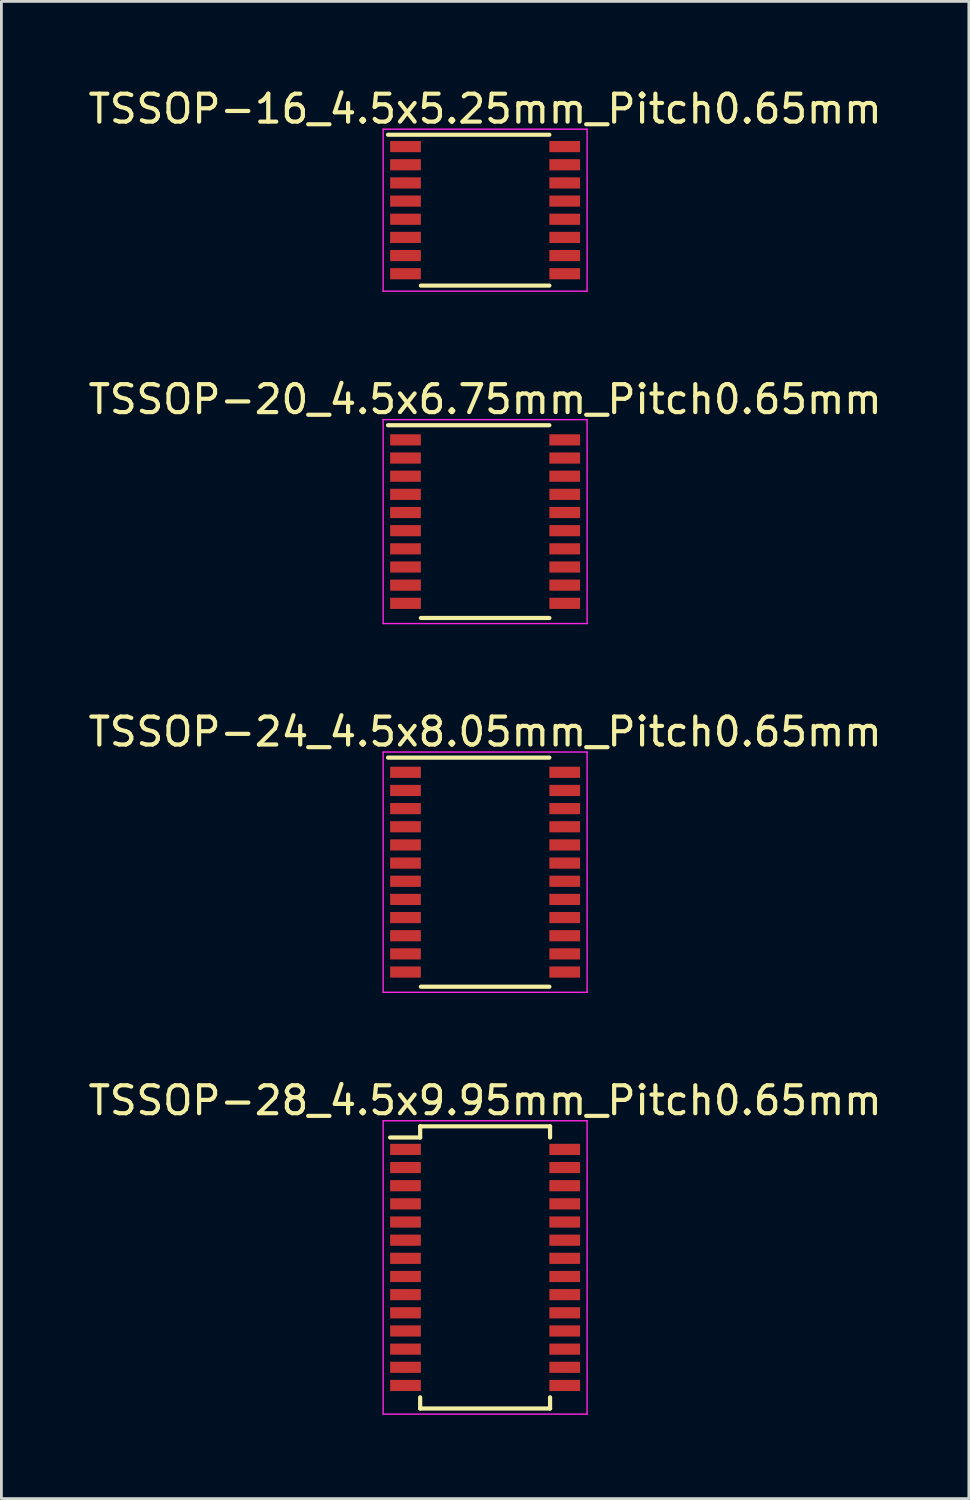
<source format=kicad_pcb>
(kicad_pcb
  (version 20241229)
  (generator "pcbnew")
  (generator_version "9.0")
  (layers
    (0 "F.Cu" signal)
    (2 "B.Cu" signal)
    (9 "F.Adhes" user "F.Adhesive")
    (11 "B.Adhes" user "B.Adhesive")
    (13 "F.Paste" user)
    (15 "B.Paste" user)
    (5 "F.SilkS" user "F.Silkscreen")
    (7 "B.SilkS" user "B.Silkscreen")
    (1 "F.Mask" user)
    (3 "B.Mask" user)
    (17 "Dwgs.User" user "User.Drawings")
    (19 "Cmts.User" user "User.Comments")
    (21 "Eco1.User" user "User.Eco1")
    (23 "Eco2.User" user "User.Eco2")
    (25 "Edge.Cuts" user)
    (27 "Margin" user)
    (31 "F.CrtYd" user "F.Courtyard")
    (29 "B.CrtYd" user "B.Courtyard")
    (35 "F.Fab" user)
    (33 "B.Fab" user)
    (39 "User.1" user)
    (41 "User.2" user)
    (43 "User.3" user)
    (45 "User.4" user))
  (footprint "TSSOP-24_4.5x8.05mm_Pitch0.65mm"
    (layer "F.Cu")
    (at 14.315 28.17)
    (property "Reference" "TSSOP-24_4.5x8.05mm_Pitch0.65mm" (at 0 -5.025 0) (layer "F.SilkS") (effects (font (size 1 1) (thickness 0.15))))
    (attr smd)
    (fp_line (start -3.475 -4.1) (end 2.3 -4.1) (stroke (width 0.15) (type solid)) (layer "F.SilkS"))
    (fp_line (start -2.3 4.1) (end 2.3 4.1) (stroke (width 0.15) (type solid)) (layer "F.SilkS"))
    (fp_line (start -3.65 -4.3) (end -3.65 4.3) (stroke (width 0.05) (type solid)) (layer "F.CrtYd"))
    (fp_line (start -3.65 -4.3) (end 3.65 -4.3) (stroke (width 0.05) (type solid)) (layer "F.CrtYd"))
    (fp_line (start -3.65 4.3) (end 3.65 4.3) (stroke (width 0.05) (type solid)) (layer "F.CrtYd"))
    (fp_line (start 3.65 -4.3) (end 3.65 4.3) (stroke (width 0.05) (type solid)) (layer "F.CrtYd"))
    (pad "1" smd rect (at -2.85 -3.575) (size 1.1 0.4) (layers "F.Cu" "F.Mask" "F.Paste"))
    (pad "2" smd rect (at -2.85 -2.925) (size 1.1 0.4) (layers "F.Cu" "F.Mask" "F.Paste"))
    (pad "3" smd rect (at -2.85 -2.275) (size 1.1 0.4) (layers "F.Cu" "F.Mask" "F.Paste"))
    (pad "4" smd rect (at -2.85 -1.625) (size 1.1 0.4) (layers "F.Cu" "F.Mask" "F.Paste"))
    (pad "5" smd rect (at -2.85 -0.975) (size 1.1 0.4) (layers "F.Cu" "F.Mask" "F.Paste"))
    (pad "6" smd rect (at -2.85 -0.325) (size 1.1 0.4) (layers "F.Cu" "F.Mask" "F.Paste"))
    (pad "7" smd rect (at -2.85 0.325) (size 1.1 0.4) (layers "F.Cu" "F.Mask" "F.Paste"))
    (pad "8" smd rect (at -2.85 0.975) (size 1.1 0.4) (layers "F.Cu" "F.Mask" "F.Paste"))
    (pad "9" smd rect (at -2.85 1.625) (size 1.1 0.4) (layers "F.Cu" "F.Mask" "F.Paste"))
    (pad "10" smd rect (at -2.85 2.275) (size 1.1 0.4) (layers "F.Cu" "F.Mask" "F.Paste"))
    (pad "11" smd rect (at -2.85 2.925) (size 1.1 0.4) (layers "F.Cu" "F.Mask" "F.Paste"))
    (pad "12" smd rect (at -2.85 3.575) (size 1.1 0.4) (layers "F.Cu" "F.Mask" "F.Paste"))
    (pad "13" smd rect (at 2.85 3.575) (size 1.1 0.4) (layers "F.Cu" "F.Mask" "F.Paste"))
    (pad "14" smd rect (at 2.85 2.925) (size 1.1 0.4) (layers "F.Cu" "F.Mask" "F.Paste"))
    (pad "15" smd rect (at 2.85 2.275) (size 1.1 0.4) (layers "F.Cu" "F.Mask" "F.Paste"))
    (pad "16" smd rect (at 2.85 1.625) (size 1.1 0.4) (layers "F.Cu" "F.Mask" "F.Paste"))
    (pad "17" smd rect (at 2.85 0.975) (size 1.1 0.4) (layers "F.Cu" "F.Mask" "F.Paste"))
    (pad "18" smd rect (at 2.85 0.325) (size 1.1 0.4) (layers "F.Cu" "F.Mask" "F.Paste"))
    (pad "19" smd rect (at 2.85 -0.325) (size 1.1 0.4) (layers "F.Cu" "F.Mask" "F.Paste"))
    (pad "20" smd rect (at 2.85 -0.975) (size 1.1 0.4) (layers "F.Cu" "F.Mask" "F.Paste"))
    (pad "21" smd rect (at 2.85 -1.625) (size 1.1 0.4) (layers "F.Cu" "F.Mask" "F.Paste"))
    (pad "22" smd rect (at 2.85 -2.275) (size 1.1 0.4) (layers "F.Cu" "F.Mask" "F.Paste"))
    (pad "23" smd rect (at 2.85 -2.925) (size 1.1 0.4) (layers "F.Cu" "F.Mask" "F.Paste"))
    (pad "24" smd rect (at 2.85 -3.575) (size 1.1 0.4) (layers "F.Cu" "F.Mask" "F.Paste")))
  (footprint "TSSOP-16_4.5x5.25mm_Pitch0.65mm"
    (layer "F.Cu")
    (at 14.315 4.473)
    (property "Reference" "TSSOP-16_4.5x5.25mm_Pitch0.65mm" (at 0 -3.625 0) (layer "F.SilkS") (effects (font (size 1 1) (thickness 0.15))))
    (attr smd)
    (fp_line (start -3.475 -2.7) (end 2.3 -2.7) (stroke (width 0.15) (type solid)) (layer "F.SilkS"))
    (fp_line (start -2.3 2.7) (end 2.3 2.7) (stroke (width 0.15) (type solid)) (layer "F.SilkS"))
    (fp_line (start -3.65 -2.9) (end -3.65 2.9) (stroke (width 0.05) (type solid)) (layer "F.CrtYd"))
    (fp_line (start -3.65 -2.9) (end 3.65 -2.9) (stroke (width 0.05) (type solid)) (layer "F.CrtYd"))
    (fp_line (start -3.65 2.9) (end 3.65 2.9) (stroke (width 0.05) (type solid)) (layer "F.CrtYd"))
    (fp_line (start 3.65 -2.9) (end 3.65 2.9) (stroke (width 0.05) (type solid)) (layer "F.CrtYd"))
    (pad "1" smd rect (at -2.85 -2.275) (size 1.1 0.4) (layers "F.Cu" "F.Mask" "F.Paste"))
    (pad "2" smd rect (at -2.85 -1.625) (size 1.1 0.4) (layers "F.Cu" "F.Mask" "F.Paste"))
    (pad "3" smd rect (at -2.85 -0.975) (size 1.1 0.4) (layers "F.Cu" "F.Mask" "F.Paste"))
    (pad "4" smd rect (at -2.85 -0.325) (size 1.1 0.4) (layers "F.Cu" "F.Mask" "F.Paste"))
    (pad "5" smd rect (at -2.85 0.325) (size 1.1 0.4) (layers "F.Cu" "F.Mask" "F.Paste"))
    (pad "6" smd rect (at -2.85 0.975) (size 1.1 0.4) (layers "F.Cu" "F.Mask" "F.Paste"))
    (pad "7" smd rect (at -2.85 1.625) (size 1.1 0.4) (layers "F.Cu" "F.Mask" "F.Paste"))
    (pad "8" smd rect (at -2.85 2.275) (size 1.1 0.4) (layers "F.Cu" "F.Mask" "F.Paste"))
    (pad "9" smd rect (at 2.85 2.275) (size 1.1 0.4) (layers "F.Cu" "F.Mask" "F.Paste"))
    (pad "10" smd rect (at 2.85 1.625) (size 1.1 0.4) (layers "F.Cu" "F.Mask" "F.Paste"))
    (pad "11" smd rect (at 2.85 0.975) (size 1.1 0.4) (layers "F.Cu" "F.Mask" "F.Paste"))
    (pad "12" smd rect (at 2.85 0.325) (size 1.1 0.4) (layers "F.Cu" "F.Mask" "F.Paste"))
    (pad "13" smd rect (at 2.85 -0.325) (size 1.1 0.4) (layers "F.Cu" "F.Mask" "F.Paste"))
    (pad "14" smd rect (at 2.85 -0.975) (size 1.1 0.4) (layers "F.Cu" "F.Mask" "F.Paste"))
    (pad "15" smd rect (at 2.85 -1.625) (size 1.1 0.4) (layers "F.Cu" "F.Mask" "F.Paste"))
    (pad "16" smd rect (at 2.85 -2.275) (size 1.1 0.4) (layers "F.Cu" "F.Mask" "F.Paste")))
  (footprint "TSSOP-20_4.5x6.75mm_Pitch0.65mm"
    (layer "F.Cu")
    (at 14.315 15.621)
    (property "Reference" "TSSOP-20_4.5x6.75mm_Pitch0.65mm" (at 0 -4.375 0) (layer "F.SilkS") (effects (font (size 1 1) (thickness 0.15))))
    (attr smd)
    (fp_line (start -3.475 -3.45) (end 2.3 -3.45) (stroke (width 0.15) (type solid)) (layer "F.SilkS"))
    (fp_line (start -2.3 3.45) (end 2.3 3.45) (stroke (width 0.15) (type solid)) (layer "F.SilkS"))
    (fp_line (start -3.65 -3.65) (end -3.65 3.65) (stroke (width 0.05) (type solid)) (layer "F.CrtYd"))
    (fp_line (start -3.65 -3.65) (end 3.65 -3.65) (stroke (width 0.05) (type solid)) (layer "F.CrtYd"))
    (fp_line (start -3.65 3.65) (end 3.65 3.65) (stroke (width 0.05) (type solid)) (layer "F.CrtYd"))
    (fp_line (start 3.65 -3.65) (end 3.65 3.65) (stroke (width 0.05) (type solid)) (layer "F.CrtYd"))
    (pad "1" smd rect (at -2.85 -2.925) (size 1.1 0.4) (layers "F.Cu" "F.Mask" "F.Paste"))
    (pad "2" smd rect (at -2.85 -2.275) (size 1.1 0.4) (layers "F.Cu" "F.Mask" "F.Paste"))
    (pad "3" smd rect (at -2.85 -1.625) (size 1.1 0.4) (layers "F.Cu" "F.Mask" "F.Paste"))
    (pad "4" smd rect (at -2.85 -0.975) (size 1.1 0.4) (layers "F.Cu" "F.Mask" "F.Paste"))
    (pad "5" smd rect (at -2.85 -0.325) (size 1.1 0.4) (layers "F.Cu" "F.Mask" "F.Paste"))
    (pad "6" smd rect (at -2.85 0.325) (size 1.1 0.4) (layers "F.Cu" "F.Mask" "F.Paste"))
    (pad "7" smd rect (at -2.85 0.975) (size 1.1 0.4) (layers "F.Cu" "F.Mask" "F.Paste"))
    (pad "8" smd rect (at -2.85 1.625) (size 1.1 0.4) (layers "F.Cu" "F.Mask" "F.Paste"))
    (pad "9" smd rect (at -2.85 2.275) (size 1.1 0.4) (layers "F.Cu" "F.Mask" "F.Paste"))
    (pad "10" smd rect (at -2.85 2.925) (size 1.1 0.4) (layers "F.Cu" "F.Mask" "F.Paste"))
    (pad "11" smd rect (at 2.85 2.925) (size 1.1 0.4) (layers "F.Cu" "F.Mask" "F.Paste"))
    (pad "12" smd rect (at 2.85 2.275) (size 1.1 0.4) (layers "F.Cu" "F.Mask" "F.Paste"))
    (pad "13" smd rect (at 2.85 1.625) (size 1.1 0.4) (layers "F.Cu" "F.Mask" "F.Paste"))
    (pad "14" smd rect (at 2.85 0.975) (size 1.1 0.4) (layers "F.Cu" "F.Mask" "F.Paste"))
    (pad "15" smd rect (at 2.85 0.325) (size 1.1 0.4) (layers "F.Cu" "F.Mask" "F.Paste"))
    (pad "16" smd rect (at 2.85 -0.325) (size 1.1 0.4) (layers "F.Cu" "F.Mask" "F.Paste"))
    (pad "17" smd rect (at 2.85 -0.975) (size 1.1 0.4) (layers "F.Cu" "F.Mask" "F.Paste"))
    (pad "18" smd rect (at 2.85 -1.625) (size 1.1 0.4) (layers "F.Cu" "F.Mask" "F.Paste"))
    (pad "19" smd rect (at 2.85 -2.275) (size 1.1 0.4) (layers "F.Cu" "F.Mask" "F.Paste"))
    (pad "20" smd rect (at 2.85 -2.925) (size 1.1 0.4) (layers "F.Cu" "F.Mask" "F.Paste")))
  (footprint "TSSOP-28_4.5x9.95mm_Pitch0.65mm"
    (layer "F.Cu")
    (at 14.315 42.318)
    (property "Reference" "TSSOP-28_4.5x9.95mm_Pitch0.65mm" (at 0 -5.975 0) (layer "F.SilkS") (effects (font (size 1 1) (thickness 0.15))))
    (attr smd)
    (fp_line (start -2.325 -5.05) (end -2.325 -4.65) (stroke (width 0.15) (type solid)) (layer "F.SilkS"))
    (fp_line (start -2.325 -5.05) (end 2.325 -5.05) (stroke (width 0.15) (type solid)) (layer "F.SilkS"))
    (fp_line (start -2.325 -4.65) (end -3.4 -4.65) (stroke (width 0.15) (type solid)) (layer "F.SilkS"))
    (fp_line (start -2.325 5.05) (end -2.325 4.65) (stroke (width 0.15) (type solid)) (layer "F.SilkS"))
    (fp_line (start -2.325 5.05) (end 2.325 5.05) (stroke (width 0.15) (type solid)) (layer "F.SilkS"))
    (fp_line (start 2.325 -5.05) (end 2.325 -4.65) (stroke (width 0.15) (type solid)) (layer "F.SilkS"))
    (fp_line (start 2.325 5.05) (end 2.325 4.65) (stroke (width 0.15) (type solid)) (layer "F.SilkS"))
    (fp_line (start -3.65 -5.25) (end -3.65 5.25) (stroke (width 0.05) (type solid)) (layer "F.CrtYd"))
    (fp_line (start -3.65 -5.25) (end 3.65 -5.25) (stroke (width 0.05) (type solid)) (layer "F.CrtYd"))
    (fp_line (start -3.65 5.25) (end 3.65 5.25) (stroke (width 0.05) (type solid)) (layer "F.CrtYd"))
    (fp_line (start 3.65 -5.25) (end 3.65 5.25) (stroke (width 0.05) (type solid)) (layer "F.CrtYd"))
    (pad "1" smd rect (at -2.85 -4.225) (size 1.1 0.4) (layers "F.Cu" "F.Mask" "F.Paste"))
    (pad "2" smd rect (at -2.85 -3.575) (size 1.1 0.4) (layers "F.Cu" "F.Mask" "F.Paste"))
    (pad "3" smd rect (at -2.85 -2.925) (size 1.1 0.4) (layers "F.Cu" "F.Mask" "F.Paste"))
    (pad "4" smd rect (at -2.85 -2.275) (size 1.1 0.4) (layers "F.Cu" "F.Mask" "F.Paste"))
    (pad "5" smd rect (at -2.85 -1.625) (size 1.1 0.4) (layers "F.Cu" "F.Mask" "F.Paste"))
    (pad "6" smd rect (at -2.85 -0.975) (size 1.1 0.4) (layers "F.Cu" "F.Mask" "F.Paste"))
    (pad "7" smd rect (at -2.85 -0.325) (size 1.1 0.4) (layers "F.Cu" "F.Mask" "F.Paste"))
    (pad "8" smd rect (at -2.85 0.325) (size 1.1 0.4) (layers "F.Cu" "F.Mask" "F.Paste"))
    (pad "9" smd rect (at -2.85 0.975) (size 1.1 0.4) (layers "F.Cu" "F.Mask" "F.Paste"))
    (pad "10" smd rect (at -2.85 1.625) (size 1.1 0.4) (layers "F.Cu" "F.Mask" "F.Paste"))
    (pad "11" smd rect (at -2.85 2.275) (size 1.1 0.4) (layers "F.Cu" "F.Mask" "F.Paste"))
    (pad "12" smd rect (at -2.85 2.925) (size 1.1 0.4) (layers "F.Cu" "F.Mask" "F.Paste"))
    (pad "13" smd rect (at -2.85 3.575) (size 1.1 0.4) (layers "F.Cu" "F.Mask" "F.Paste"))
    (pad "14" smd rect (at -2.85 4.225) (size 1.1 0.4) (layers "F.Cu" "F.Mask" "F.Paste"))
    (pad "15" smd rect (at 2.85 4.225) (size 1.1 0.4) (layers "F.Cu" "F.Mask" "F.Paste"))
    (pad "16" smd rect (at 2.85 3.575) (size 1.1 0.4) (layers "F.Cu" "F.Mask" "F.Paste"))
    (pad "17" smd rect (at 2.85 2.925) (size 1.1 0.4) (layers "F.Cu" "F.Mask" "F.Paste"))
    (pad "18" smd rect (at 2.85 2.275) (size 1.1 0.4) (layers "F.Cu" "F.Mask" "F.Paste"))
    (pad "19" smd rect (at 2.85 1.625) (size 1.1 0.4) (layers "F.Cu" "F.Mask" "F.Paste"))
    (pad "20" smd rect (at 2.85 0.975) (size 1.1 0.4) (layers "F.Cu" "F.Mask" "F.Paste"))
    (pad "21" smd rect (at 2.85 0.325) (size 1.1 0.4) (layers "F.Cu" "F.Mask" "F.Paste"))
    (pad "22" smd rect (at 2.85 -0.325) (size 1.1 0.4) (layers "F.Cu" "F.Mask" "F.Paste"))
    (pad "23" smd rect (at 2.85 -0.975) (size 1.1 0.4) (layers "F.Cu" "F.Mask" "F.Paste"))
    (pad "24" smd rect (at 2.85 -1.625) (size 1.1 0.4) (layers "F.Cu" "F.Mask" "F.Paste"))
    (pad "25" smd rect (at 2.85 -2.275) (size 1.1 0.4) (layers "F.Cu" "F.Mask" "F.Paste"))
    (pad "26" smd rect (at 2.85 -2.925) (size 1.1 0.4) (layers "F.Cu" "F.Mask" "F.Paste"))
    (pad "27" smd rect (at 2.85 -3.575) (size 1.1 0.4) (layers "F.Cu" "F.Mask" "F.Paste"))
    (pad "28" smd rect (at 2.85 -4.225) (size 1.1 0.4) (layers "F.Cu" "F.Mask" "F.Paste")))
  (gr_rect
    (start -3 -3)
    (end 31.631 50.593)
    (stroke (width 0.1) (type default))
    (fill no)
    (layer "Edge.Cuts")))
</source>
